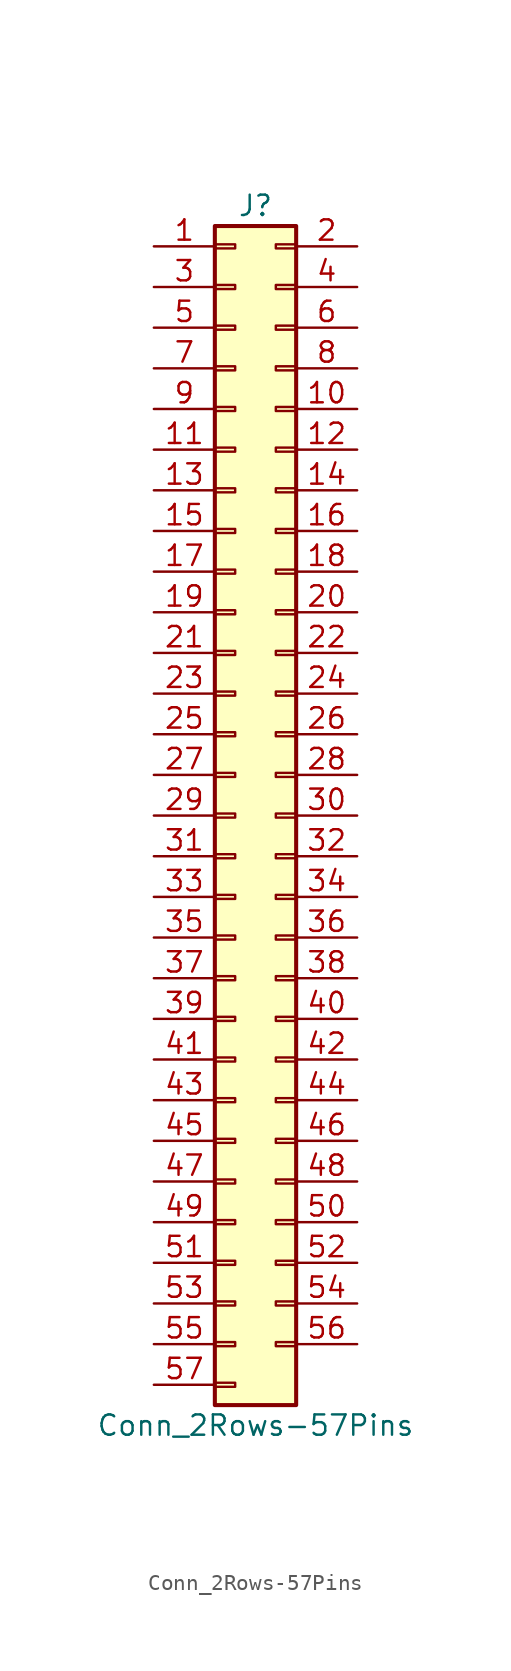
<source format=kicad_sym>
(kicad_symbol_lib
  (version 20220914)
  (generator kicad_symbol_editor)
  (symbol "Conn_2Rows-57Pins"
    (pin_names
      (offset 1.016) hide)
    (property "Reference" "J"
      (at 1.27 38.1 0)
      (effects (font (size 1.27 1.27))))
    (property "Value" "Conn_2Rows-57Pins"
      (at 1.27 -38.1 0)
      (effects (font (size 1.27 1.27))))
    (symbol "Conn_2Rows-57Pins_1_1"
      (rectangle (start -1.27 -35.433) (end 0 -35.687) (stroke (width 0.152) (type solid)) (fill (type none)))
      (rectangle (start -1.27 -32.893) (end 0 -33.147) (stroke (width 0.152) (type solid)) (fill (type none)))
      (rectangle (start -1.27 -30.353) (end 0 -30.607) (stroke (width 0.152) (type solid)) (fill (type none)))
      (rectangle (start -1.27 -27.813) (end 0 -28.067) (stroke (width 0.152) (type solid)) (fill (type none)))
      (rectangle (start -1.27 -25.273) (end 0 -25.527) (stroke (width 0.152) (type solid)) (fill (type none)))
      (rectangle (start -1.27 -22.733) (end 0 -22.987) (stroke (width 0.152) (type solid)) (fill (type none)))
      (rectangle (start -1.27 -20.193) (end 0 -20.447) (stroke (width 0.152) (type solid)) (fill (type none)))
      (rectangle (start -1.27 -17.653) (end 0 -17.907) (stroke (width 0.152) (type solid)) (fill (type none)))
      (rectangle (start -1.27 -15.113) (end 0 -15.367) (stroke (width 0.152) (type solid)) (fill (type none)))
      (rectangle (start -1.27 -12.573) (end 0 -12.827) (stroke (width 0.152) (type solid)) (fill (type none)))
      (rectangle (start -1.27 -10.033) (end 0 -10.287) (stroke (width 0.152) (type solid)) (fill (type none)))
      (rectangle (start -1.27 -7.493) (end 0 -7.747) (stroke (width 0.152) (type solid)) (fill (type none)))
      (rectangle (start -1.27 -4.953) (end 0 -5.207) (stroke (width 0.152) (type solid)) (fill (type none)))
      (rectangle (start -1.27 -2.413) (end 0 -2.667) (stroke (width 0.152) (type solid)) (fill (type none)))
      (rectangle (start -1.27 0.127) (end 0 -0.127) (stroke (width 0.152) (type solid)) (fill (type none)))
      (rectangle (start -1.27 2.667) (end 0 2.413) (stroke (width 0.152) (type solid)) (fill (type none)))
      (rectangle (start -1.27 5.207) (end 0 4.953) (stroke (width 0.152) (type solid)) (fill (type none)))
      (rectangle (start -1.27 7.747) (end 0 7.493) (stroke (width 0.152) (type solid)) (fill (type none)))
      (rectangle (start -1.27 10.287) (end 0 10.033) (stroke (width 0.152) (type solid)) (fill (type none)))
      (rectangle (start -1.27 12.827) (end 0 12.573) (stroke (width 0.152) (type solid)) (fill (type none)))
      (rectangle (start -1.27 15.367) (end 0 15.113) (stroke (width 0.152) (type solid)) (fill (type none)))
      (rectangle (start -1.27 17.907) (end 0 17.653) (stroke (width 0.152) (type solid)) (fill (type none)))
      (rectangle (start -1.27 20.447) (end 0 20.193) (stroke (width 0.152) (type solid)) (fill (type none)))
      (rectangle (start -1.27 22.987) (end 0 22.733) (stroke (width 0.152) (type solid)) (fill (type none)))
      (rectangle (start -1.27 25.527) (end 0 25.273) (stroke (width 0.152) (type solid)) (fill (type none)))
      (rectangle (start -1.27 28.067) (end 0 27.813) (stroke (width 0.152) (type solid)) (fill (type none)))
      (rectangle (start -1.27 30.607) (end 0 30.353) (stroke (width 0.152) (type solid)) (fill (type none)))
      (rectangle (start -1.27 33.147) (end 0 32.893) (stroke (width 0.152) (type solid)) (fill (type none)))
      (rectangle (start -1.27 35.687) (end 0 35.433) (stroke (width 0.152) (type solid)) (fill (type none)))
      (rectangle (start -1.27 36.83) (end 3.81 -36.83) (stroke (width 0.254) (type solid)) (fill (type background)))
      (rectangle (start 3.81 -32.893) (end 2.54 -33.147) (stroke (width 0.152) (type solid)) (fill (type none)))
      (rectangle (start 3.81 -30.353) (end 2.54 -30.607) (stroke (width 0.152) (type solid)) (fill (type none)))
      (rectangle (start 3.81 -27.813) (end 2.54 -28.067) (stroke (width 0.152) (type solid)) (fill (type none)))
      (rectangle (start 3.81 -25.273) (end 2.54 -25.527) (stroke (width 0.152) (type solid)) (fill (type none)))
      (rectangle (start 3.81 -22.733) (end 2.54 -22.987) (stroke (width 0.152) (type solid)) (fill (type none)))
      (rectangle (start 3.81 -20.193) (end 2.54 -20.447) (stroke (width 0.152) (type solid)) (fill (type none)))
      (rectangle (start 3.81 -17.653) (end 2.54 -17.907) (stroke (width 0.152) (type solid)) (fill (type none)))
      (rectangle (start 3.81 -15.113) (end 2.54 -15.367) (stroke (width 0.152) (type solid)) (fill (type none)))
      (rectangle (start 3.81 -12.573) (end 2.54 -12.827) (stroke (width 0.152) (type solid)) (fill (type none)))
      (rectangle (start 3.81 -10.033) (end 2.54 -10.287) (stroke (width 0.152) (type solid)) (fill (type none)))
      (rectangle (start 3.81 -7.493) (end 2.54 -7.747) (stroke (width 0.152) (type solid)) (fill (type none)))
      (rectangle (start 3.81 -4.953) (end 2.54 -5.207) (stroke (width 0.152) (type solid)) (fill (type none)))
      (rectangle (start 3.81 -2.413) (end 2.54 -2.667) (stroke (width 0.152) (type solid)) (fill (type none)))
      (rectangle (start 3.81 0.127) (end 2.54 -0.127) (stroke (width 0.152) (type solid)) (fill (type none)))
      (rectangle (start 3.81 2.667) (end 2.54 2.413) (stroke (width 0.152) (type solid)) (fill (type none)))
      (rectangle (start 3.81 5.207) (end 2.54 4.953) (stroke (width 0.152) (type solid)) (fill (type none)))
      (rectangle (start 3.81 7.747) (end 2.54 7.493) (stroke (width 0.152) (type solid)) (fill (type none)))
      (rectangle (start 3.81 10.287) (end 2.54 10.033) (stroke (width 0.152) (type solid)) (fill (type none)))
      (rectangle (start 3.81 12.827) (end 2.54 12.573) (stroke (width 0.152) (type solid)) (fill (type none)))
      (rectangle (start 3.81 15.367) (end 2.54 15.113) (stroke (width 0.152) (type solid)) (fill (type none)))
      (rectangle (start 3.81 17.907) (end 2.54 17.653) (stroke (width 0.152) (type solid)) (fill (type none)))
      (rectangle (start 3.81 20.447) (end 2.54 20.193) (stroke (width 0.152) (type solid)) (fill (type none)))
      (rectangle (start 3.81 22.987) (end 2.54 22.733) (stroke (width 0.152) (type solid)) (fill (type none)))
      (rectangle (start 3.81 25.527) (end 2.54 25.273) (stroke (width 0.152) (type solid)) (fill (type none)))
      (rectangle (start 3.81 28.067) (end 2.54 27.813) (stroke (width 0.152) (type solid)) (fill (type none)))
      (rectangle (start 3.81 30.607) (end 2.54 30.353) (stroke (width 0.152) (type solid)) (fill (type none)))
      (rectangle (start 3.81 33.147) (end 2.54 32.893) (stroke (width 0.152) (type solid)) (fill (type none)))
      (rectangle (start 3.81 35.687) (end 2.54 35.433) (stroke (width 0.152) (type solid)) (fill (type none)))
      (pin passive line (at -5.08 35.56 0) (length 3.81) (name "Pin_1" (effects (font (size 1.27 1.27)))) (number "1" (effects (font (size 1.27 1.27)))))
      (pin passive line (at 7.62 25.4 180) (length 3.81) (name "Pin_10" (effects (font (size 1.27 1.27)))) (number "10" (effects (font (size 1.27 1.27)))))
      (pin passive line (at -5.08 22.86 0) (length 3.81) (name "Pin_11" (effects (font (size 1.27 1.27)))) (number "11" (effects (font (size 1.27 1.27)))))
      (pin passive line (at 7.62 22.86 180) (length 3.81) (name "Pin_12" (effects (font (size 1.27 1.27)))) (number "12" (effects (font (size 1.27 1.27)))))
      (pin passive line (at -5.08 20.32 0) (length 3.81) (name "Pin_13" (effects (font (size 1.27 1.27)))) (number "13" (effects (font (size 1.27 1.27)))))
      (pin passive line (at 7.62 20.32 180) (length 3.81) (name "Pin_14" (effects (font (size 1.27 1.27)))) (number "14" (effects (font (size 1.27 1.27)))))
      (pin passive line (at -5.08 17.78 0) (length 3.81) (name "Pin_15" (effects (font (size 1.27 1.27)))) (number "15" (effects (font (size 1.27 1.27)))))
      (pin passive line (at 7.62 17.78 180) (length 3.81) (name "Pin_16" (effects (font (size 1.27 1.27)))) (number "16" (effects (font (size 1.27 1.27)))))
      (pin passive line (at -5.08 15.24 0) (length 3.81) (name "Pin_17" (effects (font (size 1.27 1.27)))) (number "17" (effects (font (size 1.27 1.27)))))
      (pin passive line (at 7.62 15.24 180) (length 3.81) (name "Pin_18" (effects (font (size 1.27 1.27)))) (number "18" (effects (font (size 1.27 1.27)))))
      (pin passive line (at -5.08 12.7 0) (length 3.81) (name "Pin_19" (effects (font (size 1.27 1.27)))) (number "19" (effects (font (size 1.27 1.27)))))
      (pin passive line (at 7.62 35.56 180) (length 3.81) (name "Pin_2" (effects (font (size 1.27 1.27)))) (number "2" (effects (font (size 1.27 1.27)))))
      (pin passive line (at 7.62 12.7 180) (length 3.81) (name "Pin_20" (effects (font (size 1.27 1.27)))) (number "20" (effects (font (size 1.27 1.27)))))
      (pin passive line (at -5.08 10.16 0) (length 3.81) (name "Pin_21" (effects (font (size 1.27 1.27)))) (number "21" (effects (font (size 1.27 1.27)))))
      (pin passive line (at 7.62 10.16 180) (length 3.81) (name "Pin_22" (effects (font (size 1.27 1.27)))) (number "22" (effects (font (size 1.27 1.27)))))
      (pin passive line (at -5.08 7.62 0) (length 3.81) (name "Pin_23" (effects (font (size 1.27 1.27)))) (number "23" (effects (font (size 1.27 1.27)))))
      (pin passive line (at 7.62 7.62 180) (length 3.81) (name "Pin_24" (effects (font (size 1.27 1.27)))) (number "24" (effects (font (size 1.27 1.27)))))
      (pin passive line (at -5.08 5.08 0) (length 3.81) (name "Pin_25" (effects (font (size 1.27 1.27)))) (number "25" (effects (font (size 1.27 1.27)))))
      (pin passive line (at 7.62 5.08 180) (length 3.81) (name "Pin_26" (effects (font (size 1.27 1.27)))) (number "26" (effects (font (size 1.27 1.27)))))
      (pin passive line (at -5.08 2.54 0) (length 3.81) (name "Pin_27" (effects (font (size 1.27 1.27)))) (number "27" (effects (font (size 1.27 1.27)))))
      (pin passive line (at 7.62 2.54 180) (length 3.81) (name "Pin_28" (effects (font (size 1.27 1.27)))) (number "28" (effects (font (size 1.27 1.27)))))
      (pin passive line (at -5.08 0 0) (length 3.81) (name "Pin_29" (effects (font (size 1.27 1.27)))) (number "29" (effects (font (size 1.27 1.27)))))
      (pin passive line (at -5.08 33.02 0) (length 3.81) (name "Pin_3" (effects (font (size 1.27 1.27)))) (number "3" (effects (font (size 1.27 1.27)))))
      (pin passive line (at 7.62 0 180) (length 3.81) (name "Pin_30" (effects (font (size 1.27 1.27)))) (number "30" (effects (font (size 1.27 1.27)))))
      (pin passive line (at -5.08 -2.54 0) (length 3.81) (name "Pin_31" (effects (font (size 1.27 1.27)))) (number "31" (effects (font (size 1.27 1.27)))))
      (pin passive line (at 7.62 -2.54 180) (length 3.81) (name "Pin_32" (effects (font (size 1.27 1.27)))) (number "32" (effects (font (size 1.27 1.27)))))
      (pin passive line (at -5.08 -5.08 0) (length 3.81) (name "Pin_33" (effects (font (size 1.27 1.27)))) (number "33" (effects (font (size 1.27 1.27)))))
      (pin passive line (at 7.62 -5.08 180) (length 3.81) (name "Pin_34" (effects (font (size 1.27 1.27)))) (number "34" (effects (font (size 1.27 1.27)))))
      (pin passive line (at -5.08 -7.62 0) (length 3.81) (name "Pin_35" (effects (font (size 1.27 1.27)))) (number "35" (effects (font (size 1.27 1.27)))))
      (pin passive line (at 7.62 -7.62 180) (length 3.81) (name "Pin_36" (effects (font (size 1.27 1.27)))) (number "36" (effects (font (size 1.27 1.27)))))
      (pin passive line (at -5.08 -10.16 0) (length 3.81) (name "Pin_37" (effects (font (size 1.27 1.27)))) (number "37" (effects (font (size 1.27 1.27)))))
      (pin passive line (at 7.62 -10.16 180) (length 3.81) (name "Pin_38" (effects (font (size 1.27 1.27)))) (number "38" (effects (font (size 1.27 1.27)))))
      (pin passive line (at -5.08 -12.7 0) (length 3.81) (name "Pin_39" (effects (font (size 1.27 1.27)))) (number "39" (effects (font (size 1.27 1.27)))))
      (pin passive line (at 7.62 33.02 180) (length 3.81) (name "Pin_4" (effects (font (size 1.27 1.27)))) (number "4" (effects (font (size 1.27 1.27)))))
      (pin passive line (at 7.62 -12.7 180) (length 3.81) (name "Pin_40" (effects (font (size 1.27 1.27)))) (number "40" (effects (font (size 1.27 1.27)))))
      (pin passive line (at -5.08 -15.24 0) (length 3.81) (name "Pin_41" (effects (font (size 1.27 1.27)))) (number "41" (effects (font (size 1.27 1.27)))))
      (pin passive line (at 7.62 -15.24 180) (length 3.81) (name "Pin_42" (effects (font (size 1.27 1.27)))) (number "42" (effects (font (size 1.27 1.27)))))
      (pin passive line (at -5.08 -17.78 0) (length 3.81) (name "Pin_43" (effects (font (size 1.27 1.27)))) (number "43" (effects (font (size 1.27 1.27)))))
      (pin passive line (at 7.62 -17.78 180) (length 3.81) (name "Pin_44" (effects (font (size 1.27 1.27)))) (number "44" (effects (font (size 1.27 1.27)))))
      (pin passive line (at -5.08 -20.32 0) (length 3.81) (name "Pin_45" (effects (font (size 1.27 1.27)))) (number "45" (effects (font (size 1.27 1.27)))))
      (pin passive line (at 7.62 -20.32 180) (length 3.81) (name "Pin_46" (effects (font (size 1.27 1.27)))) (number "46" (effects (font (size 1.27 1.27)))))
      (pin passive line (at -5.08 -22.86 0) (length 3.81) (name "Pin_47" (effects (font (size 1.27 1.27)))) (number "47" (effects (font (size 1.27 1.27)))))
      (pin passive line (at 7.62 -22.86 180) (length 3.81) (name "Pin_48" (effects (font (size 1.27 1.27)))) (number "48" (effects (font (size 1.27 1.27)))))
      (pin passive line (at -5.08 -25.4 0) (length 3.81) (name "Pin_49" (effects (font (size 1.27 1.27)))) (number "49" (effects (font (size 1.27 1.27)))))
      (pin passive line (at -5.08 30.48 0) (length 3.81) (name "Pin_5" (effects (font (size 1.27 1.27)))) (number "5" (effects (font (size 1.27 1.27)))))
      (pin passive line (at 7.62 -25.4 180) (length 3.81) (name "Pin_50" (effects (font (size 1.27 1.27)))) (number "50" (effects (font (size 1.27 1.27)))))
      (pin passive line (at -5.08 -27.94 0) (length 3.81) (name "Pin_51" (effects (font (size 1.27 1.27)))) (number "51" (effects (font (size 1.27 1.27)))))
      (pin passive line (at 7.62 -27.94 180) (length 3.81) (name "Pin_52" (effects (font (size 1.27 1.27)))) (number "52" (effects (font (size 1.27 1.27)))))
      (pin passive line (at -5.08 -30.48 0) (length 3.81) (name "Pin_53" (effects (font (size 1.27 1.27)))) (number "53" (effects (font (size 1.27 1.27)))))
      (pin passive line (at 7.62 -30.48 180) (length 3.81) (name "Pin_54" (effects (font (size 1.27 1.27)))) (number "54" (effects (font (size 1.27 1.27)))))
      (pin passive line (at -5.08 -33.02 0) (length 3.81) (name "Pin_55" (effects (font (size 1.27 1.27)))) (number "55" (effects (font (size 1.27 1.27)))))
      (pin passive line (at 7.62 -33.02 180) (length 3.81) (name "Pin_56" (effects (font (size 1.27 1.27)))) (number "56" (effects (font (size 1.27 1.27)))))
      (pin passive line (at -5.08 -35.56 0) (length 3.81) (name "Pin_57" (effects (font (size 1.27 1.27)))) (number "57" (effects (font (size 1.27 1.27)))))
      (pin passive line (at 7.62 30.48 180) (length 3.81) (name "Pin_6" (effects (font (size 1.27 1.27)))) (number "6" (effects (font (size 1.27 1.27)))))
      (pin passive line (at -5.08 27.94 0) (length 3.81) (name "Pin_7" (effects (font (size 1.27 1.27)))) (number "7" (effects (font (size 1.27 1.27)))))
      (pin passive line (at 7.62 27.94 180) (length 3.81) (name "Pin_8" (effects (font (size 1.27 1.27)))) (number "8" (effects (font (size 1.27 1.27)))))
      (pin passive line (at -5.08 25.4 0) (length 3.81) (name "Pin_9" (effects (font (size 1.27 1.27)))) (number "9" (effects (font (size 1.27 1.27))))))))
</source>
